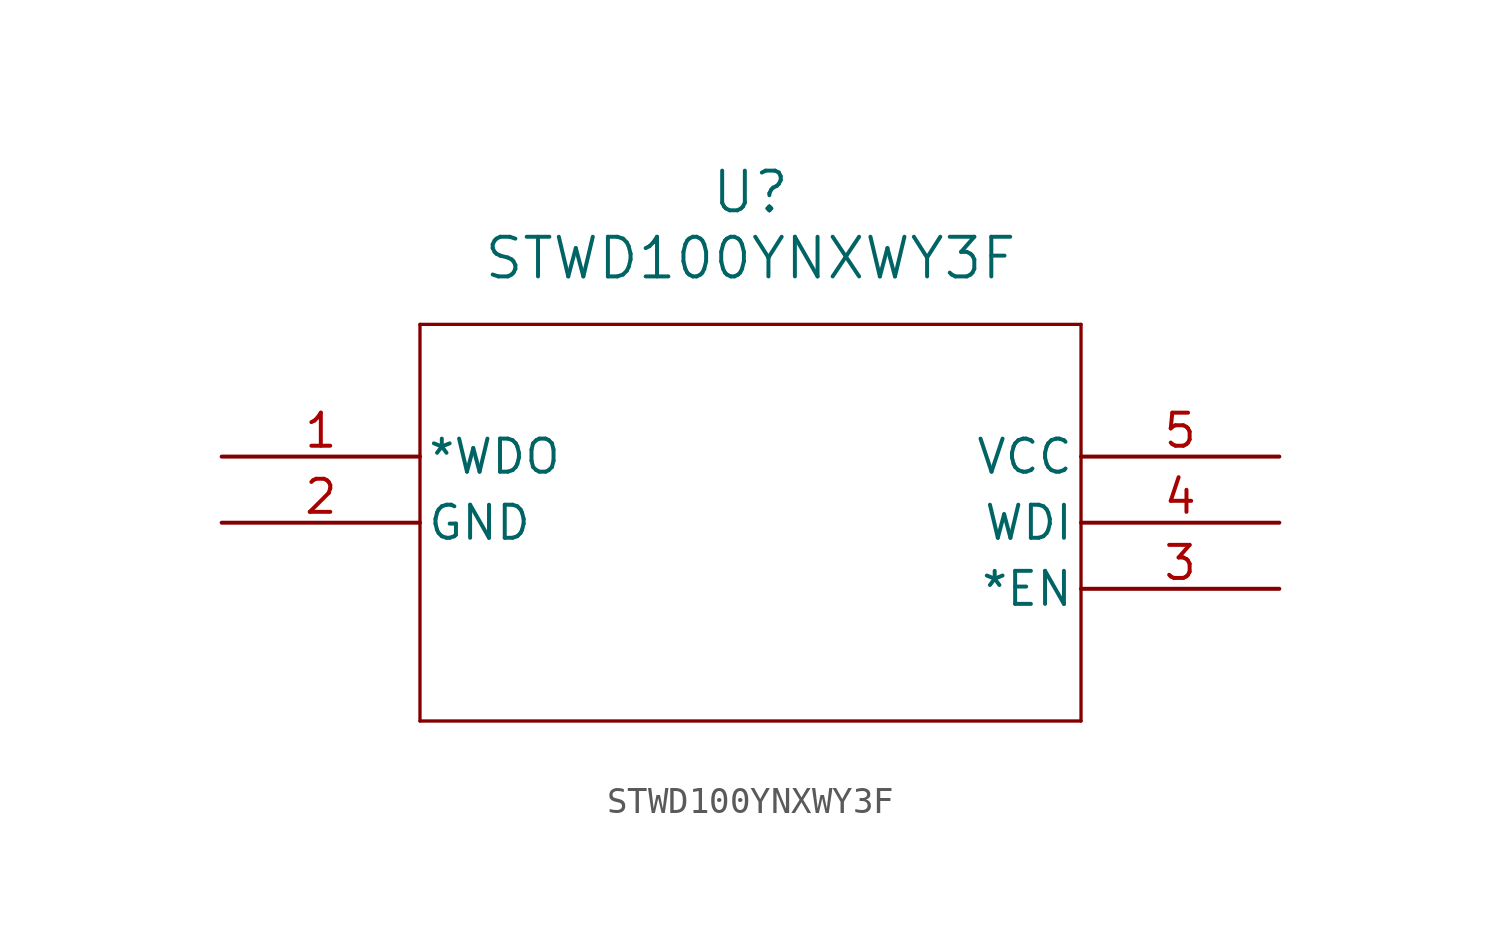
<source format=kicad_sym>
(kicad_symbol_lib
  (version 20211014)
  (generator kicad_symbol_editor)
  (symbol "STWD100YNXWY3F"
    (pin_names
      (offset 0.254))
    (property "Reference" "U"
      (at 20.32 10.16 0)
      (effects (font (size 1.524 1.524))))
    (property "Value" "STWD100YNXWY3F"
      (at 20.32 7.62 0)
      (effects (font (size 1.524 1.524))))
    (symbol "STWD100YNXWY3F_0_1"
      (polyline (pts (xy 7.62 5.08) (xy 7.62 -10.16)) (stroke (width 0.127) (type default) (color 0 0 0 0)) (fill (type none)))
      (polyline (pts (xy 7.62 -10.16) (xy 33.02 -10.16)) (stroke (width 0.127) (type default) (color 0 0 0 0)) (fill (type none)))
      (polyline (pts (xy 33.02 -10.16) (xy 33.02 5.08)) (stroke (width 0.127) (type default) (color 0 0 0 0)) (fill (type none)))
      (polyline (pts (xy 33.02 5.08) (xy 7.62 5.08)) (stroke (width 0.127) (type default) (color 0 0 0 0)) (fill (type none)))
      (pin output line (at 0 0 0) (length 7.62) (name "*WDO" (effects (font (size 1.27 1.27)))) (number "1" (effects (font (size 1.27 1.27)))))
      (pin power_out line (at 0 -2.54 0) (length 7.62) (name "GND" (effects (font (size 1.27 1.27)))) (number "2" (effects (font (size 1.27 1.27)))))
      (pin input line (at 40.64 -5.08 180) (length 7.62) (name "*EN" (effects (font (size 1.27 1.27)))) (number "3" (effects (font (size 1.27 1.27)))))
      (pin input line (at 40.64 -2.54 180) (length 7.62) (name "WDI" (effects (font (size 1.27 1.27)))) (number "4" (effects (font (size 1.27 1.27)))))
      (pin power_in line (at 40.64 0 180) (length 7.62) (name "VCC" (effects (font (size 1.27 1.27)))) (number "5" (effects (font (size 1.27 1.27))))))))
</source>
